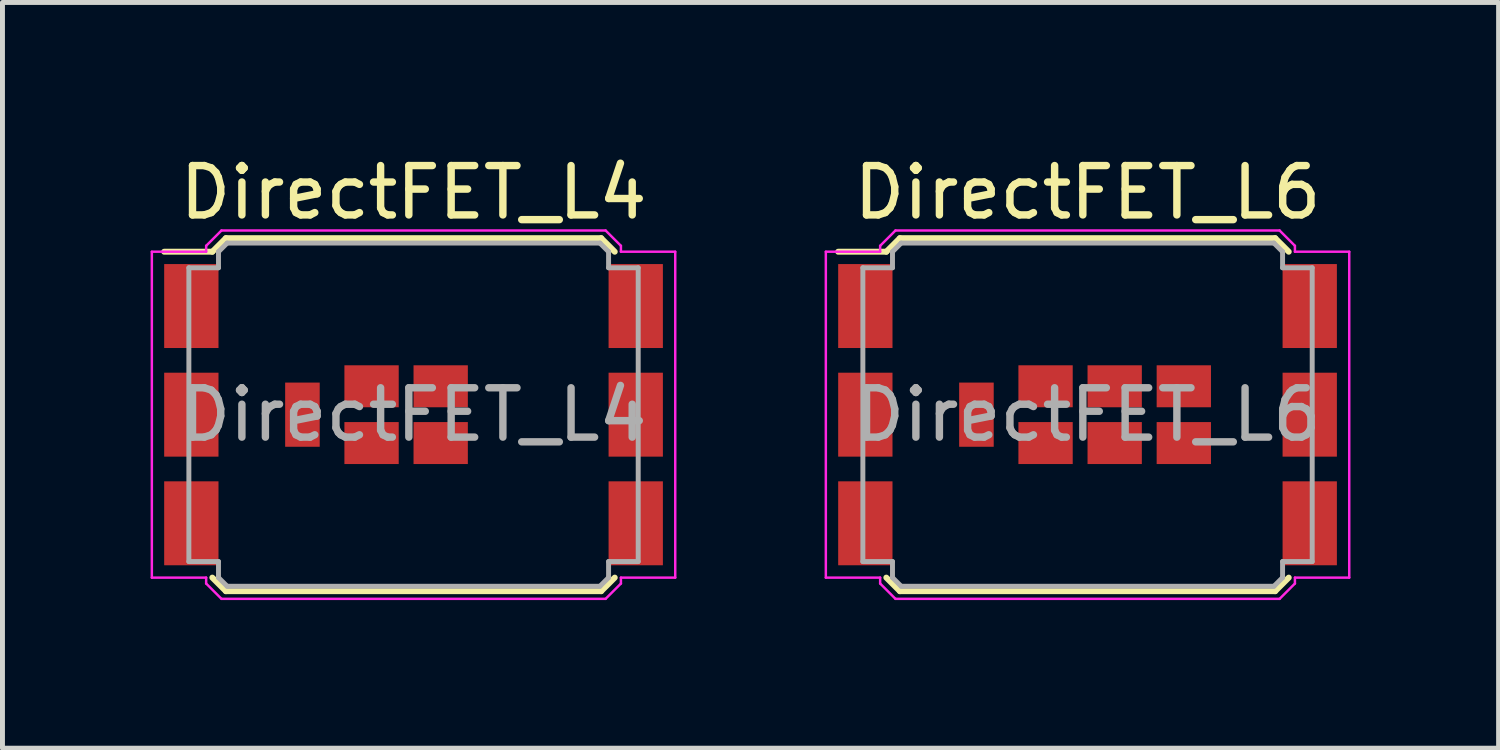
<source format=kicad_pcb>
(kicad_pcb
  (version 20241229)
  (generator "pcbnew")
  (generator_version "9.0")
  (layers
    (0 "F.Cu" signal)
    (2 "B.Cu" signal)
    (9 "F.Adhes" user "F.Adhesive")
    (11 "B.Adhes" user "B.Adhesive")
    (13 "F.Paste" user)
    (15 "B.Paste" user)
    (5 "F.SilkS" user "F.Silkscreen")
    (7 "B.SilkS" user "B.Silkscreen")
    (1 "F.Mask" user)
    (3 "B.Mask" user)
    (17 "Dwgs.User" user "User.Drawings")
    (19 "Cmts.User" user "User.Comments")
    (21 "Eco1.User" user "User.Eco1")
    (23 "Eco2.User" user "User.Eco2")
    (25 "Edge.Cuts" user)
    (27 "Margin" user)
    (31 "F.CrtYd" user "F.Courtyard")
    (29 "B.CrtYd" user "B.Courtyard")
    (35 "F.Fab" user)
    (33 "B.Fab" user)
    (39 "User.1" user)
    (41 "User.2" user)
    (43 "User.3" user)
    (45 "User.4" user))
  (footprint "DirectFET_L4"
    (layer "F.Cu")
    (at 5.325 5.348)
    (property "Reference" "DirectFET_L4" (at 0 -4.5 0) (layer "F.SilkS") (effects (font (size 1 1) (thickness 0.15))))
    (attr smd)
    (fp_line (start -5.05 -3.3) (end -4.075 -3.3) (stroke (width 0.12) (type solid)) (layer "F.SilkS"))
    (fp_line (start -4.075 -3.3) (end -3.8 -3.575) (stroke (width 0.12) (type solid)) (layer "F.SilkS"))
    (fp_line (start -4.075 3.3) (end -3.8 3.575) (stroke (width 0.12) (type solid)) (layer "F.SilkS"))
    (fp_line (start 3.8 -3.575) (end -3.8 -3.575) (stroke (width 0.12) (type solid)) (layer "F.SilkS"))
    (fp_line (start 3.8 3.575) (end -3.8 3.575) (stroke (width 0.12) (type solid)) (layer "F.SilkS"))
    (fp_line (start 4.075 -3.3) (end 3.8 -3.575) (stroke (width 0.12) (type solid)) (layer "F.SilkS"))
    (fp_line (start 4.075 3.3) (end 3.8 3.575) (stroke (width 0.12) (type solid)) (layer "F.SilkS"))
    (fp_line (start -5.3 -3.3) (end -5.3 3.3) (stroke (width 0.05) (type solid)) (layer "F.CrtYd"))
    (fp_line (start -4.2 -3.42) (end -3.89 -3.73) (stroke (width 0.05) (type solid)) (layer "F.CrtYd"))
    (fp_line (start -4.2 -3.3) (end -5.3 -3.3) (stroke (width 0.05) (type solid)) (layer "F.CrtYd"))
    (fp_line (start -4.2 -3.3) (end -4.2 -3.42) (stroke (width 0.05) (type solid)) (layer "F.CrtYd"))
    (fp_line (start -4.2 3.3) (end -5.3 3.3) (stroke (width 0.05) (type solid)) (layer "F.CrtYd"))
    (fp_line (start -4.2 3.3) (end -4.2 3.42) (stroke (width 0.05) (type solid)) (layer "F.CrtYd"))
    (fp_line (start -4.2 3.42) (end -3.89 3.73) (stroke (width 0.05) (type solid)) (layer "F.CrtYd"))
    (fp_line (start 3.89 -3.73) (end -3.89 -3.73) (stroke (width 0.05) (type solid)) (layer "F.CrtYd"))
    (fp_line (start 3.89 3.73) (end -3.89 3.73) (stroke (width 0.05) (type solid)) (layer "F.CrtYd"))
    (fp_line (start 4.2 -3.42) (end 3.89 -3.73) (stroke (width 0.05) (type solid)) (layer "F.CrtYd"))
    (fp_line (start 4.2 -3.3) (end 4.2 -3.42) (stroke (width 0.05) (type solid)) (layer "F.CrtYd"))
    (fp_line (start 4.2 -3.3) (end 5.3 -3.3) (stroke (width 0.05) (type solid)) (layer "F.CrtYd"))
    (fp_line (start 4.2 3.3) (end 4.2 3.42) (stroke (width 0.05) (type solid)) (layer "F.CrtYd"))
    (fp_line (start 4.2 3.3) (end 5.3 3.3) (stroke (width 0.05) (type solid)) (layer "F.CrtYd"))
    (fp_line (start 4.2 3.42) (end 3.89 3.73) (stroke (width 0.05) (type solid)) (layer "F.CrtYd"))
    (fp_line (start 5.3 -3.3) (end 5.3 3.3) (stroke (width 0.05) (type solid)) (layer "F.CrtYd"))
    (fp_line (start -4.55 -2.975) (end -4.55 2.975) (stroke (width 0.1) (type solid)) (layer "F.Fab"))
    (fp_line (start -4.55 -2.975) (end -3.95 -2.975) (stroke (width 0.1) (type solid)) (layer "F.Fab"))
    (fp_line (start -4.55 2.975) (end -3.95 2.975) (stroke (width 0.1) (type solid)) (layer "F.Fab"))
    (fp_line (start -3.95 -3.3) (end -3.775 -3.475) (stroke (width 0.1) (type solid)) (layer "F.Fab"))
    (fp_line (start -3.95 -2.975) (end -3.95 -3.3) (stroke (width 0.1) (type solid)) (layer "F.Fab"))
    (fp_line (start -3.95 2.975) (end -3.95 3.3) (stroke (width 0.1) (type solid)) (layer "F.Fab"))
    (fp_line (start -3.95 3.3) (end -3.775 3.475) (stroke (width 0.1) (type solid)) (layer "F.Fab"))
    (fp_line (start 3.775 -3.475) (end -3.775 -3.475) (stroke (width 0.1) (type solid)) (layer "F.Fab"))
    (fp_line (start 3.775 3.475) (end -3.775 3.475) (stroke (width 0.1) (type solid)) (layer "F.Fab"))
    (fp_line (start 3.95 -3.3) (end 3.775 -3.475) (stroke (width 0.1) (type solid)) (layer "F.Fab"))
    (fp_line (start 3.95 -2.975) (end 3.95 -3.3) (stroke (width 0.1) (type solid)) (layer "F.Fab"))
    (fp_line (start 3.95 2.975) (end 3.95 3.3) (stroke (width 0.1) (type solid)) (layer "F.Fab"))
    (fp_line (start 3.95 3.3) (end 3.775 3.475) (stroke (width 0.1) (type solid)) (layer "F.Fab"))
    (fp_line (start 4.55 -2.975) (end 3.95 -2.975) (stroke (width 0.1) (type solid)) (layer "F.Fab"))
    (fp_line (start 4.55 -2.975) (end 4.55 2.975) (stroke (width 0.1) (type solid)) (layer "F.Fab"))
    (fp_line (start 4.55 2.975) (end 3.95 2.975) (stroke (width 0.1) (type solid)) (layer "F.Fab"))
    (fp_text user "${REFERENCE}" (at 0 0 0) (layer "F.Fab") (effects (font (size 1 1) (thickness 0.15))))
    (pad "1" smd rect (at -4.5 -2.2) (size 1.1 1.7) (layers "F.Cu" "F.Mask" "F.Paste"))
    (pad "1" smd rect (at -4.5 0) (size 1.1 1.7) (layers "F.Cu" "F.Mask" "F.Paste"))
    (pad "1" smd rect (at -4.5 2.2) (size 1.1 1.7) (layers "F.Cu" "F.Mask" "F.Paste"))
    (pad "1" smd rect (at 4.5 -2.2) (size 1.1 1.7) (layers "F.Cu" "F.Mask" "F.Paste"))
    (pad "1" smd rect (at 4.5 0) (size 1.1 1.7) (layers "F.Cu" "F.Mask" "F.Paste"))
    (pad "1" smd rect (at 4.5 2.2) (size 1.1 1.7) (layers "F.Cu" "F.Mask" "F.Paste"))
    (pad "2" smd rect (at -2.25 0) (size 0.7 1.3) (layers "F.Cu" "F.Mask" "F.Paste"))
    (pad "3" smd rect (at -0.85 -0.575) (size 1.1 0.85) (layers "F.Cu" "F.Mask" "F.Paste"))
    (pad "3" smd rect (at -0.85 0.575) (size 1.1 0.85) (layers "F.Cu" "F.Mask" "F.Paste"))
    (pad "3" smd rect (at 0.55 -0.575) (size 1.1 0.85) (layers "F.Cu" "F.Mask" "F.Paste"))
    (pad "3" smd rect (at 0.55 0.575) (size 1.1 0.85) (layers "F.Cu" "F.Mask" "F.Paste")))
  (footprint "DirectFET_L6"
    (layer "F.Cu")
    (at 18.975 5.348)
    (property "Reference" "DirectFET_L6" (at 0 -4.5 0) (layer "F.SilkS") (effects (font (size 1 1) (thickness 0.15))))
    (attr smd)
    (fp_line (start -5.05 -3.3) (end -4.075 -3.3) (stroke (width 0.12) (type solid)) (layer "F.SilkS"))
    (fp_line (start -4.075 -3.3) (end -3.8 -3.575) (stroke (width 0.12) (type solid)) (layer "F.SilkS"))
    (fp_line (start -4.075 3.3) (end -3.8 3.575) (stroke (width 0.12) (type solid)) (layer "F.SilkS"))
    (fp_line (start 3.8 -3.575) (end -3.8 -3.575) (stroke (width 0.12) (type solid)) (layer "F.SilkS"))
    (fp_line (start 3.8 3.575) (end -3.8 3.575) (stroke (width 0.12) (type solid)) (layer "F.SilkS"))
    (fp_line (start 4.075 -3.3) (end 3.8 -3.575) (stroke (width 0.12) (type solid)) (layer "F.SilkS"))
    (fp_line (start 4.075 3.3) (end 3.8 3.575) (stroke (width 0.12) (type solid)) (layer "F.SilkS"))
    (fp_line (start -5.3 -3.3) (end -5.3 3.3) (stroke (width 0.05) (type solid)) (layer "F.CrtYd"))
    (fp_line (start -4.2 -3.42) (end -3.89 -3.73) (stroke (width 0.05) (type solid)) (layer "F.CrtYd"))
    (fp_line (start -4.2 -3.3) (end -5.3 -3.3) (stroke (width 0.05) (type solid)) (layer "F.CrtYd"))
    (fp_line (start -4.2 -3.3) (end -4.2 -3.42) (stroke (width 0.05) (type solid)) (layer "F.CrtYd"))
    (fp_line (start -4.2 3.3) (end -5.3 3.3) (stroke (width 0.05) (type solid)) (layer "F.CrtYd"))
    (fp_line (start -4.2 3.3) (end -4.2 3.42) (stroke (width 0.05) (type solid)) (layer "F.CrtYd"))
    (fp_line (start -4.2 3.42) (end -3.89 3.73) (stroke (width 0.05) (type solid)) (layer "F.CrtYd"))
    (fp_line (start 3.89 -3.73) (end -3.89 -3.73) (stroke (width 0.05) (type solid)) (layer "F.CrtYd"))
    (fp_line (start 3.89 3.73) (end -3.89 3.73) (stroke (width 0.05) (type solid)) (layer "F.CrtYd"))
    (fp_line (start 4.2 -3.42) (end 3.89 -3.73) (stroke (width 0.05) (type solid)) (layer "F.CrtYd"))
    (fp_line (start 4.2 -3.3) (end 4.2 -3.42) (stroke (width 0.05) (type solid)) (layer "F.CrtYd"))
    (fp_line (start 4.2 -3.3) (end 5.3 -3.3) (stroke (width 0.05) (type solid)) (layer "F.CrtYd"))
    (fp_line (start 4.2 3.3) (end 4.2 3.42) (stroke (width 0.05) (type solid)) (layer "F.CrtYd"))
    (fp_line (start 4.2 3.3) (end 5.3 3.3) (stroke (width 0.05) (type solid)) (layer "F.CrtYd"))
    (fp_line (start 4.2 3.42) (end 3.89 3.73) (stroke (width 0.05) (type solid)) (layer "F.CrtYd"))
    (fp_line (start 5.3 -3.3) (end 5.3 3.3) (stroke (width 0.05) (type solid)) (layer "F.CrtYd"))
    (fp_line (start -4.55 -2.975) (end -4.55 2.975) (stroke (width 0.1) (type solid)) (layer "F.Fab"))
    (fp_line (start -4.55 -2.975) (end -3.95 -2.975) (stroke (width 0.1) (type solid)) (layer "F.Fab"))
    (fp_line (start -4.55 2.975) (end -3.95 2.975) (stroke (width 0.1) (type solid)) (layer "F.Fab"))
    (fp_line (start -3.95 -3.3) (end -3.775 -3.475) (stroke (width 0.1) (type solid)) (layer "F.Fab"))
    (fp_line (start -3.95 -2.975) (end -3.95 -3.3) (stroke (width 0.1) (type solid)) (layer "F.Fab"))
    (fp_line (start -3.95 2.975) (end -3.95 3.3) (stroke (width 0.1) (type solid)) (layer "F.Fab"))
    (fp_line (start -3.95 3.3) (end -3.775 3.475) (stroke (width 0.1) (type solid)) (layer "F.Fab"))
    (fp_line (start 3.775 -3.475) (end -3.775 -3.475) (stroke (width 0.1) (type solid)) (layer "F.Fab"))
    (fp_line (start 3.775 3.475) (end -3.775 3.475) (stroke (width 0.1) (type solid)) (layer "F.Fab"))
    (fp_line (start 3.95 -3.3) (end 3.775 -3.475) (stroke (width 0.1) (type solid)) (layer "F.Fab"))
    (fp_line (start 3.95 -2.975) (end 3.95 -3.3) (stroke (width 0.1) (type solid)) (layer "F.Fab"))
    (fp_line (start 3.95 2.975) (end 3.95 3.3) (stroke (width 0.1) (type solid)) (layer "F.Fab"))
    (fp_line (start 3.95 3.3) (end 3.775 3.475) (stroke (width 0.1) (type solid)) (layer "F.Fab"))
    (fp_line (start 4.55 -2.975) (end 3.95 -2.975) (stroke (width 0.1) (type solid)) (layer "F.Fab"))
    (fp_line (start 4.55 -2.975) (end 4.55 2.975) (stroke (width 0.1) (type solid)) (layer "F.Fab"))
    (fp_line (start 4.55 2.975) (end 3.95 2.975) (stroke (width 0.1) (type solid)) (layer "F.Fab"))
    (fp_text user "${REFERENCE}" (at 0 0 0) (layer "F.Fab") (effects (font (size 1 1) (thickness 0.15))))
    (pad "1" smd rect (at -4.5 -2.2) (size 1.1 1.7) (layers "F.Cu" "F.Mask" "F.Paste"))
    (pad "1" smd rect (at -4.5 0) (size 1.1 1.7) (layers "F.Cu" "F.Mask" "F.Paste"))
    (pad "1" smd rect (at -4.5 2.2) (size 1.1 1.7) (layers "F.Cu" "F.Mask" "F.Paste"))
    (pad "1" smd rect (at 4.5 -2.2) (size 1.1 1.7) (layers "F.Cu" "F.Mask" "F.Paste"))
    (pad "1" smd rect (at 4.5 0) (size 1.1 1.7) (layers "F.Cu" "F.Mask" "F.Paste"))
    (pad "1" smd rect (at 4.5 2.2) (size 1.1 1.7) (layers "F.Cu" "F.Mask" "F.Paste"))
    (pad "2" smd rect (at -2.25 0) (size 0.7 1.3) (layers "F.Cu" "F.Mask" "F.Paste"))
    (pad "3" smd rect (at -0.85 -0.575) (size 1.1 0.85) (layers "F.Cu" "F.Mask" "F.Paste"))
    (pad "3" smd rect (at -0.85 0.575) (size 1.1 0.85) (layers "F.Cu" "F.Mask" "F.Paste"))
    (pad "3" smd rect (at 0.55 -0.575) (size 1.1 0.85) (layers "F.Cu" "F.Mask" "F.Paste"))
    (pad "3" smd rect (at 0.55 0.575) (size 1.1 0.85) (layers "F.Cu" "F.Mask" "F.Paste"))
    (pad "3" smd rect (at 1.95 -0.575) (size 1.1 0.85) (layers "F.Cu" "F.Mask" "F.Paste"))
    (pad "3" smd rect (at 1.95 0.575) (size 1.1 0.85) (layers "F.Cu" "F.Mask" "F.Paste")))
  (gr_rect
    (start -3 -3)
    (end 27.3 12.103)
    (stroke (width 0.1) (type default))
    (fill no)
    (layer "Edge.Cuts")))
</source>
